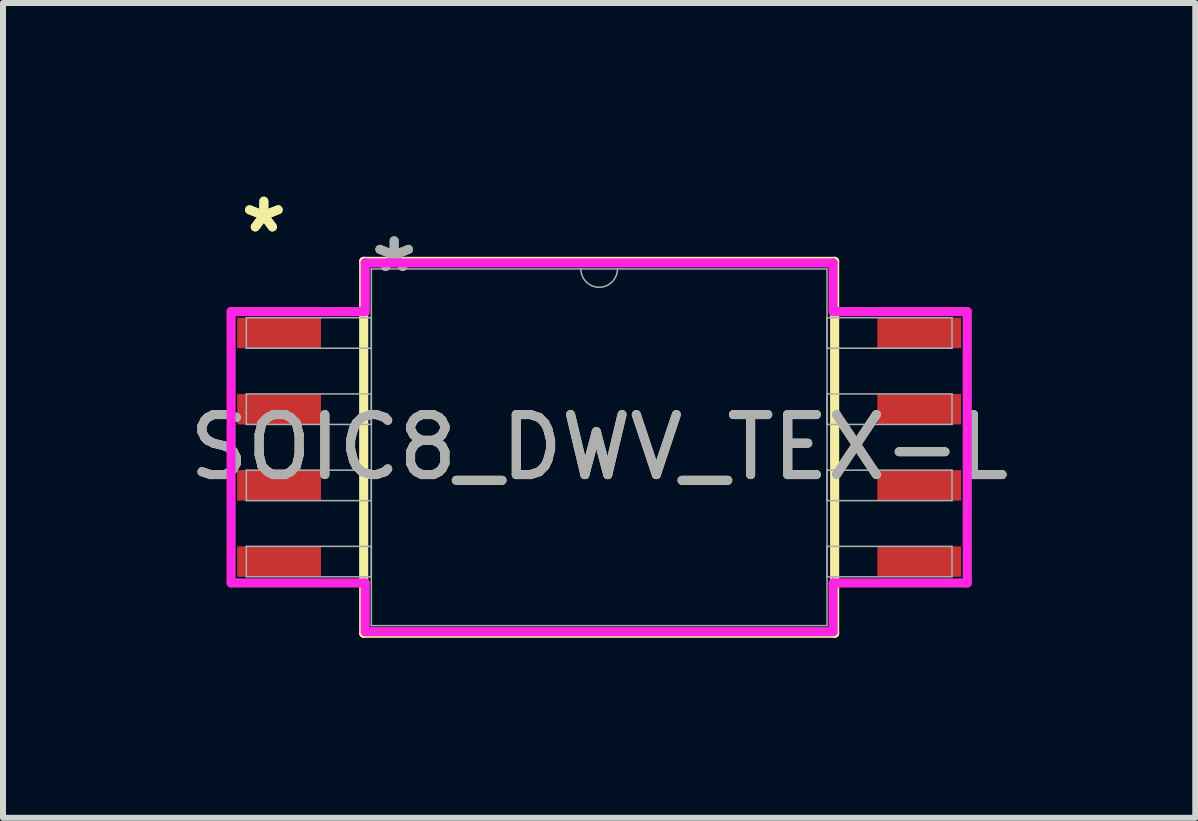
<source format=kicad_pcb>
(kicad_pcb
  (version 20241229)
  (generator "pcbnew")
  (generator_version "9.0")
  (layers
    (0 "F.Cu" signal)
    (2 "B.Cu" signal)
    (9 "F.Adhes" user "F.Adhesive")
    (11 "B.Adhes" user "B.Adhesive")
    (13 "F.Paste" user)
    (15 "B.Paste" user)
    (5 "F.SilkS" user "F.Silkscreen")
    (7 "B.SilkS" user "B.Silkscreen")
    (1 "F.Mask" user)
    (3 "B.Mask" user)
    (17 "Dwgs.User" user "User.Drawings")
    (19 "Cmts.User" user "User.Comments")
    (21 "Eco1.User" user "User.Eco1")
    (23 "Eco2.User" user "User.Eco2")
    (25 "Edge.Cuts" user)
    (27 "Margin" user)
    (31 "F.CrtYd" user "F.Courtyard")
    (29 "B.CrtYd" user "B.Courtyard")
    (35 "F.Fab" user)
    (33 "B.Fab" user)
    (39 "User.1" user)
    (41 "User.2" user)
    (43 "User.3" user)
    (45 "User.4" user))
  (footprint "SOIC8_DWV_TEX-L"
    (layer "F.Cu")
    (at 6.935 4.404)
    (property "Reference" "SOIC8_DWV_TEX-L" (at 0 0 0) (unlocked yes) (layer "F.SilkS") (effects (font (size 1 1) (thickness 0.15))))
    (attr smd)
    (fp_line (start -3.924 -3.099) (end -3.924 3.099) (stroke (width 0.152) (type solid)) (layer "F.SilkS"))
    (fp_line (start -3.924 3.099) (end 3.924 3.099) (stroke (width 0.152) (type solid)) (layer "F.SilkS"))
    (fp_line (start 3.924 -3.099) (end -3.924 -3.099) (stroke (width 0.152) (type solid)) (layer "F.SilkS"))
    (fp_line (start 3.924 3.099) (end 3.924 -3.099) (stroke (width 0.152) (type solid)) (layer "F.SilkS"))
    (fp_line (start -6.134 -2.261) (end -3.899 -2.261) (stroke (width 0.152) (type solid)) (layer "F.CrtYd"))
    (fp_line (start -6.134 2.261) (end -6.134 -2.261) (stroke (width 0.152) (type solid)) (layer "F.CrtYd"))
    (fp_line (start -6.134 2.261) (end -3.899 2.261) (stroke (width 0.152) (type solid)) (layer "F.CrtYd"))
    (fp_line (start -3.899 -3.073) (end 3.899 -3.073) (stroke (width 0.152) (type solid)) (layer "F.CrtYd"))
    (fp_line (start -3.899 -2.261) (end -3.899 -3.073) (stroke (width 0.152) (type solid)) (layer "F.CrtYd"))
    (fp_line (start -3.899 3.073) (end -3.899 2.261) (stroke (width 0.152) (type solid)) (layer "F.CrtYd"))
    (fp_line (start 3.899 -3.073) (end 3.899 -2.261) (stroke (width 0.152) (type solid)) (layer "F.CrtYd"))
    (fp_line (start 3.899 2.261) (end 3.899 3.073) (stroke (width 0.152) (type solid)) (layer "F.CrtYd"))
    (fp_line (start 3.899 3.073) (end -3.899 3.073) (stroke (width 0.152) (type solid)) (layer "F.CrtYd"))
    (fp_line (start 6.134 -2.261) (end 3.899 -2.261) (stroke (width 0.152) (type solid)) (layer "F.CrtYd"))
    (fp_line (start 6.134 -2.261) (end 6.134 2.261) (stroke (width 0.152) (type solid)) (layer "F.CrtYd"))
    (fp_line (start 6.134 2.261) (end 3.899 2.261) (stroke (width 0.152) (type solid)) (layer "F.CrtYd"))
    (fp_line (start -5.88 -2.159) (end -5.88 -1.651) (stroke (width 0.025) (type solid)) (layer "F.Fab"))
    (fp_line (start -5.88 -1.651) (end -3.797 -1.651) (stroke (width 0.025) (type solid)) (layer "F.Fab"))
    (fp_line (start -5.88 -0.889) (end -5.88 -0.381) (stroke (width 0.025) (type solid)) (layer "F.Fab"))
    (fp_line (start -5.88 -0.381) (end -3.797 -0.381) (stroke (width 0.025) (type solid)) (layer "F.Fab"))
    (fp_line (start -5.88 0.381) (end -5.88 0.889) (stroke (width 0.025) (type solid)) (layer "F.Fab"))
    (fp_line (start -5.88 0.889) (end -3.797 0.889) (stroke (width 0.025) (type solid)) (layer "F.Fab"))
    (fp_line (start -5.88 1.651) (end -5.88 2.159) (stroke (width 0.025) (type solid)) (layer "F.Fab"))
    (fp_line (start -5.88 2.159) (end -3.797 2.159) (stroke (width 0.025) (type solid)) (layer "F.Fab"))
    (fp_line (start -3.797 -2.972) (end -3.797 2.972) (stroke (width 0.025) (type solid)) (layer "F.Fab"))
    (fp_line (start -3.797 -2.159) (end -5.88 -2.159) (stroke (width 0.025) (type solid)) (layer "F.Fab"))
    (fp_line (start -3.797 -1.651) (end -3.797 -2.159) (stroke (width 0.025) (type solid)) (layer "F.Fab"))
    (fp_line (start -3.797 -0.889) (end -5.88 -0.889) (stroke (width 0.025) (type solid)) (layer "F.Fab"))
    (fp_line (start -3.797 -0.381) (end -3.797 -0.889) (stroke (width 0.025) (type solid)) (layer "F.Fab"))
    (fp_line (start -3.797 0.381) (end -5.88 0.381) (stroke (width 0.025) (type solid)) (layer "F.Fab"))
    (fp_line (start -3.797 0.889) (end -3.797 0.381) (stroke (width 0.025) (type solid)) (layer "F.Fab"))
    (fp_line (start -3.797 1.651) (end -5.88 1.651) (stroke (width 0.025) (type solid)) (layer "F.Fab"))
    (fp_line (start -3.797 2.159) (end -3.797 1.651) (stroke (width 0.025) (type solid)) (layer "F.Fab"))
    (fp_line (start -3.797 2.972) (end 3.797 2.972) (stroke (width 0.025) (type solid)) (layer "F.Fab"))
    (fp_line (start 3.797 -2.972) (end -3.797 -2.972) (stroke (width 0.025) (type solid)) (layer "F.Fab"))
    (fp_line (start 3.797 -2.159) (end 3.797 -1.651) (stroke (width 0.025) (type solid)) (layer "F.Fab"))
    (fp_line (start 3.797 -1.651) (end 5.88 -1.651) (stroke (width 0.025) (type solid)) (layer "F.Fab"))
    (fp_line (start 3.797 -0.889) (end 3.797 -0.381) (stroke (width 0.025) (type solid)) (layer "F.Fab"))
    (fp_line (start 3.797 -0.381) (end 5.88 -0.381) (stroke (width 0.025) (type solid)) (layer "F.Fab"))
    (fp_line (start 3.797 0.381) (end 3.797 0.889) (stroke (width 0.025) (type solid)) (layer "F.Fab"))
    (fp_line (start 3.797 0.889) (end 5.88 0.889) (stroke (width 0.025) (type solid)) (layer "F.Fab"))
    (fp_line (start 3.797 1.651) (end 3.797 2.159) (stroke (width 0.025) (type solid)) (layer "F.Fab"))
    (fp_line (start 3.797 2.159) (end 5.88 2.159) (stroke (width 0.025) (type solid)) (layer "F.Fab"))
    (fp_line (start 3.797 2.972) (end 3.797 -2.972) (stroke (width 0.025) (type solid)) (layer "F.Fab"))
    (fp_line (start 5.88 -2.159) (end 3.797 -2.159) (stroke (width 0.025) (type solid)) (layer "F.Fab"))
    (fp_line (start 5.88 -1.651) (end 5.88 -2.159) (stroke (width 0.025) (type solid)) (layer "F.Fab"))
    (fp_line (start 5.88 -0.889) (end 3.797 -0.889) (stroke (width 0.025) (type solid)) (layer "F.Fab"))
    (fp_line (start 5.88 -0.381) (end 5.88 -0.889) (stroke (width 0.025) (type solid)) (layer "F.Fab"))
    (fp_line (start 5.88 0.381) (end 3.797 0.381) (stroke (width 0.025) (type solid)) (layer "F.Fab"))
    (fp_line (start 5.88 0.889) (end 5.88 0.381) (stroke (width 0.025) (type solid)) (layer "F.Fab"))
    (fp_line (start 5.88 1.651) (end 3.797 1.651) (stroke (width 0.025) (type solid)) (layer "F.Fab"))
    (fp_line (start 5.88 2.159) (end 5.88 1.651) (stroke (width 0.025) (type solid)) (layer "F.Fab"))
    (fp_arc (start 0.3048 -2.9718) (mid 0 -2.667) (end -0.3048 -2.9718) (stroke (width 0.0254) (type solid)) (layer "F.Fab"))
    (fp_text user "*" (at -5.588 -3.556 0) (layer "F.SilkS") (effects (font (size 1 1) (thickness 0.15))))
    (fp_text user "*" (at -5.588 -3.556 0) (unlocked yes) (layer "F.SilkS") (effects (font (size 1 1) (thickness 0.15))))
    (fp_text user "*" (at -3.416 -2.896 0) (layer "F.Fab") (effects (font (size 1 1) (thickness 0.15))))
    (fp_text user "*" (at -3.416 -2.896 0) (unlocked yes) (layer "F.Fab") (effects (font (size 1 1) (thickness 0.15))))
    (fp_text user "${REFERENCE}" (at 0 0 0) (unlocked yes) (layer "F.Fab") (effects (font (size 1 1) (thickness 0.15))))
    (pad "1" smd rect (at -5.334 -1.905) (size 1.397 0.508) (layers "F.Cu" "F.Mask" "F.Paste"))
    (pad "2" smd rect (at -5.334 -0.635) (size 1.397 0.508) (layers "F.Cu" "F.Mask" "F.Paste"))
    (pad "3" smd rect (at -5.334 0.635) (size 1.397 0.508) (layers "F.Cu" "F.Mask" "F.Paste"))
    (pad "4" smd rect (at -5.334 1.905) (size 1.397 0.508) (layers "F.Cu" "F.Mask" "F.Paste"))
    (pad "5" smd rect (at 5.334 1.905) (size 1.397 0.508) (layers "F.Cu" "F.Mask" "F.Paste"))
    (pad "6" smd rect (at 5.334 0.635) (size 1.397 0.508) (layers "F.Cu" "F.Mask" "F.Paste"))
    (pad "7" smd rect (at 5.334 -0.635) (size 1.397 0.508) (layers "F.Cu" "F.Mask" "F.Paste"))
    (pad "8" smd rect (at 5.334 -1.905) (size 1.397 0.508) (layers "F.Cu" "F.Mask" "F.Paste")))
  (gr_rect
    (start -3 -3)
    (end 16.869 10.579)
    (stroke (width 0.1) (type default))
    (fill no)
    (layer "Edge.Cuts")))
</source>
